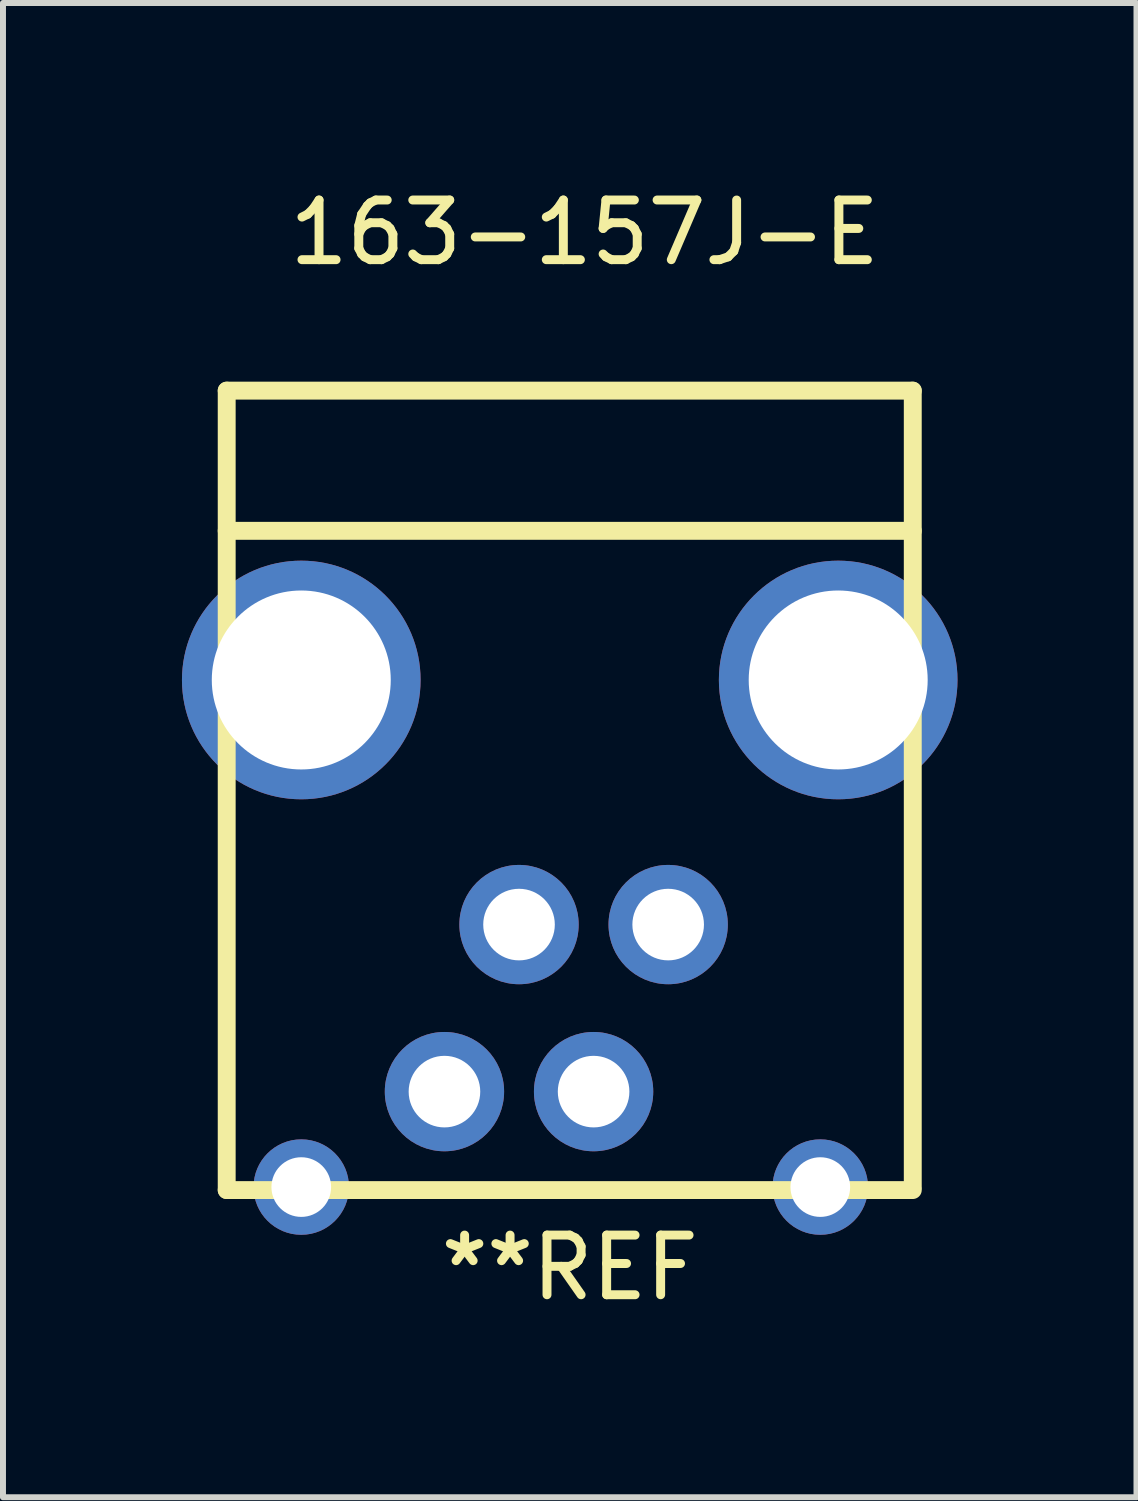
<source format=kicad_pcb>
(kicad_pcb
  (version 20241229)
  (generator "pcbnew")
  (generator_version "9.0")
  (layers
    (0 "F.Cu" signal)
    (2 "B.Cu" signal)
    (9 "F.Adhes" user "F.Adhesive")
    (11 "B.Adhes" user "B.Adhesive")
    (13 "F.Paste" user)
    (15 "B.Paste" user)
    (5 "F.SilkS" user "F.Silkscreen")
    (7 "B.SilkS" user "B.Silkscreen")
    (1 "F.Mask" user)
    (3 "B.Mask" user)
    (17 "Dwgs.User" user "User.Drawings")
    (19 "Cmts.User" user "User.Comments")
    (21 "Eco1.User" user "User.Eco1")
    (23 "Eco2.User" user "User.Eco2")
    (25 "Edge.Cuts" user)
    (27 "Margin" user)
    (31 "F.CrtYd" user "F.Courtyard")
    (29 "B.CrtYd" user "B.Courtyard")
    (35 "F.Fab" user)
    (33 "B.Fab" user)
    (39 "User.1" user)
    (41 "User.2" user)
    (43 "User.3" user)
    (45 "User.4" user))
  (footprint "163-157J-E"
    (layer "F.Cu")
    (at 6.5 4.348)
    (property "Reference" "163-157J-E" (at 0.25 -3.5 0) (layer "F.SilkS") (effects (font (size 1 1) (thickness 0.15))))
    (attr through_hole)
    (fp_line (start -5.75 -0.85) (end -5.75 12.55) (stroke (width 0.3) (type solid)) (layer "F.SilkS"))
    (fp_line (start -5.75 1.5) (end 5.75 1.5) (stroke (width 0.3) (type solid)) (layer "F.SilkS"))
    (fp_line (start -5.75 12.55) (end 5.75 12.55) (stroke (width 0.3) (type solid)) (layer "F.SilkS"))
    (fp_line (start 5.75 -0.85) (end -5.75 -0.85) (stroke (width 0.3) (type solid)) (layer "F.SilkS"))
    (fp_line (start 5.75 12.5) (end 5.75 -0.85) (stroke (width 0.3) (type solid)) (layer "F.SilkS"))
    (fp_text user "**REF" (at 0 13.85 0) (unlocked yes) (layer "F.SilkS") (effects (font (size 1 1) (thickness 0.15))))
    (pad "1" thru_hole circle (at 0.4 10.9) (size 2 2) (drill 1.2) (layers "*.Cu" "*.Mask"))
    (pad "2" thru_hole circle (at 1.65 8.1) (size 2 2) (drill 1.2) (layers "*.Cu" "*.Mask"))
    (pad "3" thru_hole circle (at -2.1 10.9) (size 2 2) (drill 1.2) (layers "*.Cu" "*.Mask"))
    (pad "4" thru_hole circle (at -0.85 8.1) (size 2 2) (drill 1.2) (layers "*.Cu" "*.Mask"))
    (pad "5" thru_hole circle (at -4.5 12.5) (size 1.6 1.6) (drill 1) (layers "*.Cu" "*.Mask"))
    (pad "6" thru_hole circle (at 4.2 12.5) (size 1.6 1.6) (drill 1) (layers "*.Cu" "*.Mask"))
    (pad "7" thru_hole circle (at -4.5 4) (size 4 4) (drill 3) (layers "*.Cu" "*.Mask"))
    (pad "8" thru_hole circle (at 4.5 4) (size 4 4) (drill 3) (layers "*.Cu" "*.Mask")))
  (gr_rect
    (start -3 -3)
    (end 16 22.047)
    (stroke (width 0.1) (type default))
    (fill no)
    (layer "Edge.Cuts")))
</source>
